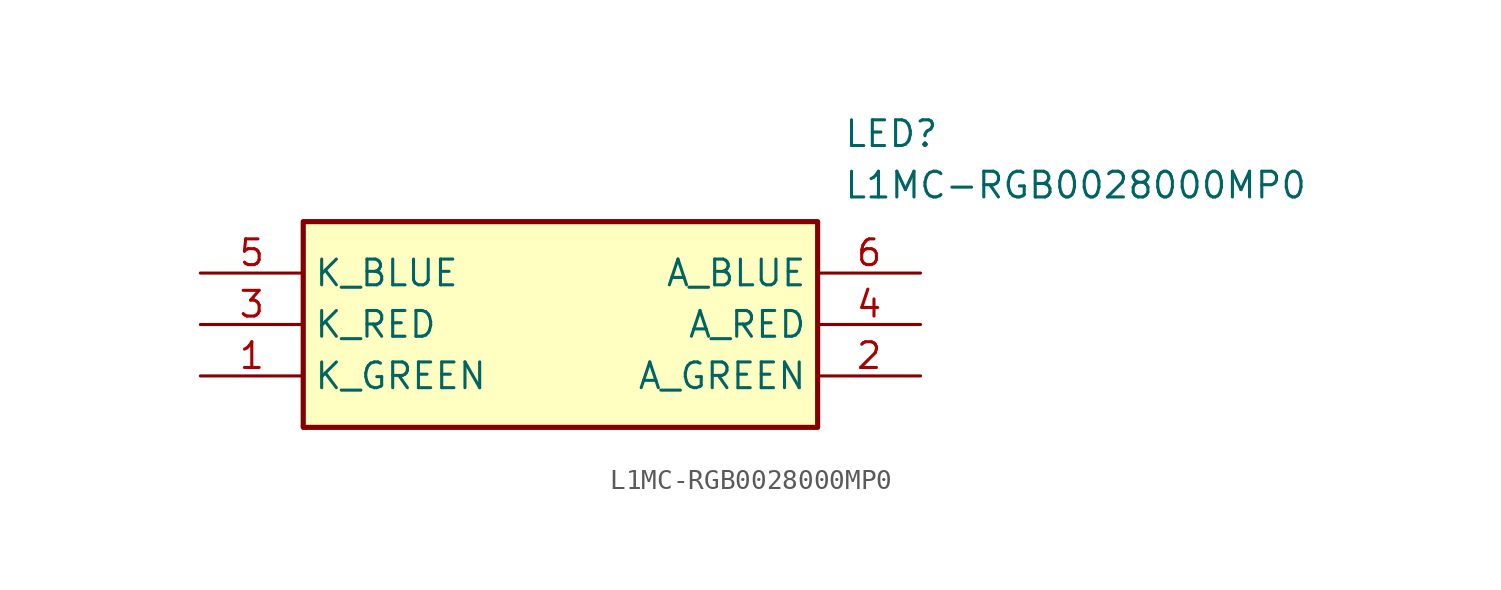
<source format=kicad_sym>
(kicad_symbol_lib
  (version 20211014)
  (generator SamacSys_ECAD_Model)
  (symbol "L1MC-RGB0028000MP0"
    (property "Reference" "LED"
      (at 31.75 7.62 0)
      (effects (font (size 1.27 1.27)) (justify left top)))
    (property "Value" "L1MC-RGB0028000MP0"
      (at 31.75 5.08 0)
      (effects (font (size 1.27 1.27)) (justify left top)))
    (rectangle
      (start 5.08 2.54)
      (end 30.48 -7.62)
      (stroke (width 0.254) (type default))
      (fill (type background)))
    (pin passive line
      (at 0 -5.08 0)
      (length 5.08)
      (name "K_GREEN" (effects (font (size 1.27 1.27))))
      (number "1" (effects (font (size 1.27 1.27)))))
    (pin passive line
      (at 35.56 -5.08 180)
      (length 5.08)
      (name "A_GREEN" (effects (font (size 1.27 1.27))))
      (number "2" (effects (font (size 1.27 1.27)))))
    (pin passive line
      (at 0 -2.54 0)
      (length 5.08)
      (name "K_RED" (effects (font (size 1.27 1.27))))
      (number "3" (effects (font (size 1.27 1.27)))))
    (pin passive line
      (at 35.56 -2.54 180)
      (length 5.08)
      (name "A_RED" (effects (font (size 1.27 1.27))))
      (number "4" (effects (font (size 1.27 1.27)))))
    (pin passive line
      (at 0 0 0)
      (length 5.08)
      (name "K_BLUE" (effects (font (size 1.27 1.27))))
      (number "5" (effects (font (size 1.27 1.27)))))
    (pin passive line
      (at 35.56 0 180)
      (length 5.08)
      (name "A_BLUE" (effects (font (size 1.27 1.27))))
      (number "6" (effects (font (size 1.27 1.27)))))))
</source>
